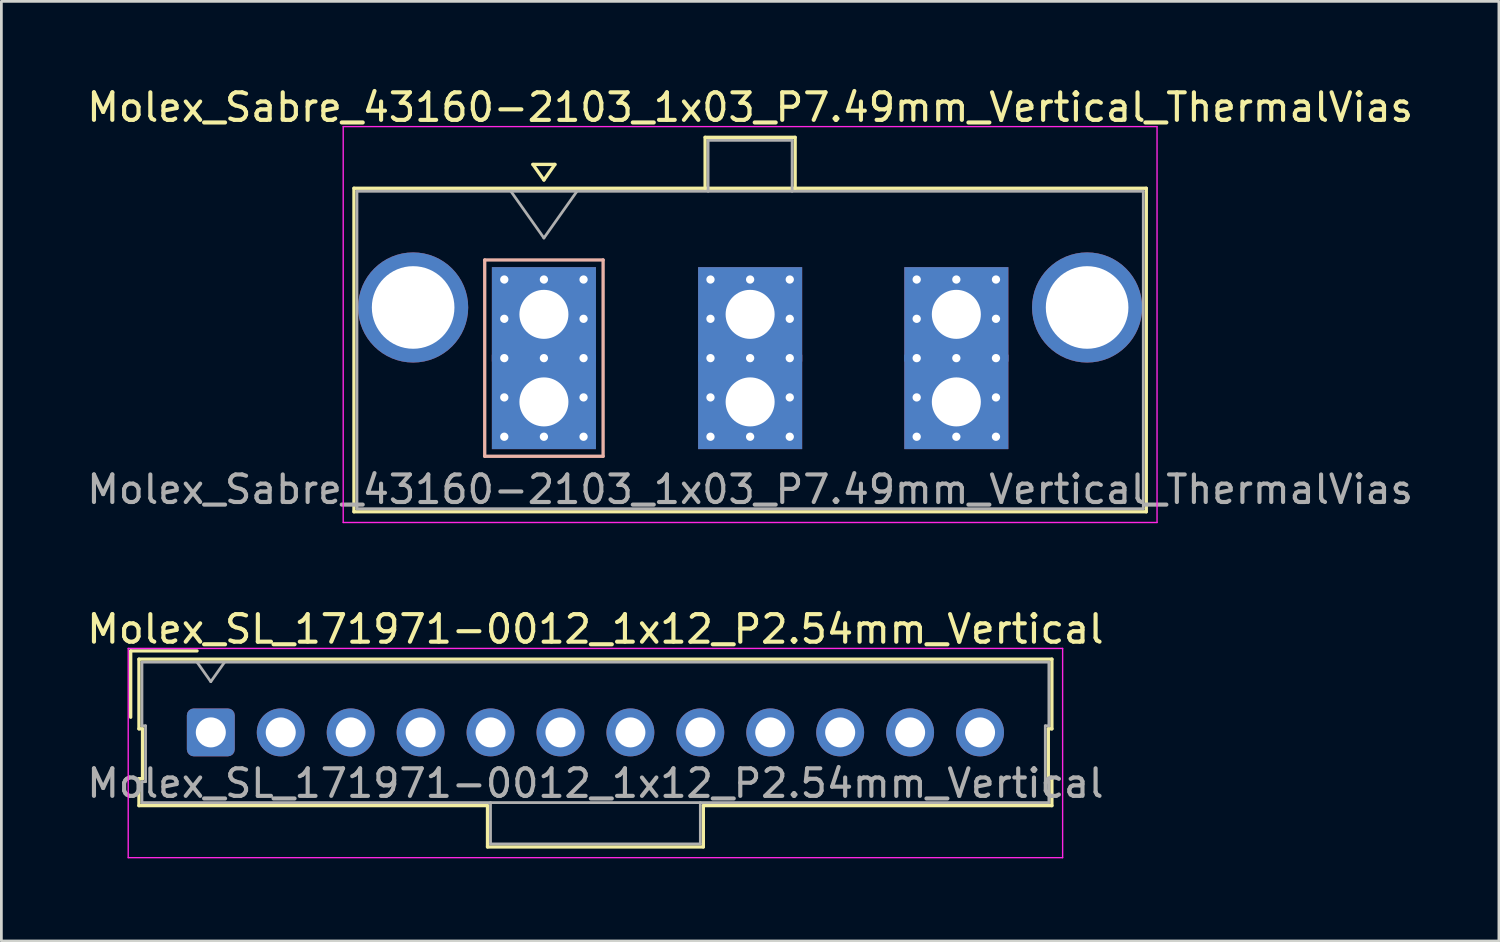
<source format=kicad_pcb>
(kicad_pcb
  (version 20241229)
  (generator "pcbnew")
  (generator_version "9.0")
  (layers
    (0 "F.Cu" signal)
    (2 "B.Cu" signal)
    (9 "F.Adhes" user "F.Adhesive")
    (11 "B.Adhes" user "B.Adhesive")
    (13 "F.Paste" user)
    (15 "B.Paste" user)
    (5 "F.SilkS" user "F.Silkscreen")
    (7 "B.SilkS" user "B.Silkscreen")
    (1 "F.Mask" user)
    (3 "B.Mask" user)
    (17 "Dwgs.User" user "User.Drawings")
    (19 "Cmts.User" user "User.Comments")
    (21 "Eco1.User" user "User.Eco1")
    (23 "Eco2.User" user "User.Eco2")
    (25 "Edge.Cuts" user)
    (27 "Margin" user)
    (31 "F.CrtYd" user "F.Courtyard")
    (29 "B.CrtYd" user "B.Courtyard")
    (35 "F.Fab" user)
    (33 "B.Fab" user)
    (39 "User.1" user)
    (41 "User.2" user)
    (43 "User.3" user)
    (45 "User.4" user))
  (footprint "Molex_Sabre_43160-2103_1x03_P7.49mm_Vertical_ThermalVias"
    (layer "F.Cu")
    (at 16.706 11.548)
    (property "Reference" "Molex_Sabre_43160-2103_1x03_P7.49mm_Vertical_ThermalVias" (at 7.49 -10.7 0) (layer "F.SilkS") (effects (font (size 1 1) (thickness 0.15))))
    (attr through_hole)
    (fp_line (start -6.9 -7.76) (end -6.9 3.99) (stroke (width 0.12) (type solid)) (layer "F.SilkS"))
    (fp_line (start -6.9 3.99) (end 21.88 3.99) (stroke (width 0.12) (type solid)) (layer "F.SilkS"))
    (fp_line (start -0.4 -8.626) (end 0 -8.06) (stroke (width 0.12) (type solid)) (layer "F.SilkS"))
    (fp_line (start 0 -8.06) (end 0.4 -8.626) (stroke (width 0.12) (type solid)) (layer "F.SilkS"))
    (fp_line (start 0.4 -8.626) (end -0.4 -8.626) (stroke (width 0.12) (type solid)) (layer "F.SilkS"))
    (fp_line (start 5.855 -9.61) (end 9.125 -9.61) (stroke (width 0.12) (type solid)) (layer "F.SilkS"))
    (fp_line (start 5.855 -7.76) (end 5.855 -9.61) (stroke (width 0.12) (type solid)) (layer "F.SilkS"))
    (fp_line (start 9.125 -9.61) (end 9.125 -7.76) (stroke (width 0.12) (type solid)) (layer "F.SilkS"))
    (fp_line (start 21.88 -7.76) (end -6.9 -7.76) (stroke (width 0.12) (type solid)) (layer "F.SilkS"))
    (fp_line (start 21.88 3.99) (end 21.88 -7.76) (stroke (width 0.12) (type solid)) (layer "F.SilkS"))
    (fp_line (start -2.15 -5.155) (end -2.15 1.975) (stroke (width 0.12) (type solid)) (layer "B.SilkS"))
    (fp_line (start -2.15 1.975) (end 2.15 1.975) (stroke (width 0.12) (type solid)) (layer "B.SilkS"))
    (fp_line (start 2.15 -5.155) (end -2.15 -5.155) (stroke (width 0.12) (type solid)) (layer "B.SilkS"))
    (fp_line (start 2.15 1.975) (end 2.15 -5.155) (stroke (width 0.12) (type solid)) (layer "B.SilkS"))
    (fp_line (start -7.29 -10) (end -7.29 4.38) (stroke (width 0.05) (type solid)) (layer "F.CrtYd"))
    (fp_line (start -7.29 4.38) (end 22.27 4.38) (stroke (width 0.05) (type solid)) (layer "F.CrtYd"))
    (fp_line (start 22.27 -10) (end -7.29 -10) (stroke (width 0.05) (type solid)) (layer "F.CrtYd"))
    (fp_line (start 22.27 4.38) (end 22.27 -10) (stroke (width 0.05) (type solid)) (layer "F.CrtYd"))
    (fp_line (start -6.79 -7.65) (end -6.79 3.88) (stroke (width 0.1) (type solid)) (layer "F.Fab"))
    (fp_line (start -6.79 3.88) (end 21.77 3.88) (stroke (width 0.1) (type solid)) (layer "F.Fab"))
    (fp_line (start -1.2 -7.65) (end 0 -5.953) (stroke (width 0.1) (type solid)) (layer "F.Fab"))
    (fp_line (start 0 -5.953) (end 1.2 -7.65) (stroke (width 0.1) (type solid)) (layer "F.Fab"))
    (fp_line (start 5.965 -9.5) (end 9.015 -9.5) (stroke (width 0.1) (type solid)) (layer "F.Fab"))
    (fp_line (start 5.965 -7.65) (end 5.965 -9.5) (stroke (width 0.1) (type solid)) (layer "F.Fab"))
    (fp_line (start 9.015 -9.5) (end 9.015 -7.65) (stroke (width 0.1) (type solid)) (layer "F.Fab"))
    (fp_line (start 21.77 -7.65) (end -6.79 -7.65) (stroke (width 0.1) (type solid)) (layer "F.Fab"))
    (fp_line (start 21.77 3.88) (end 21.77 -7.65) (stroke (width 0.1) (type solid)) (layer "F.Fab"))
    (fp_text user "${REFERENCE}" (at 7.49 3.18 0) (layer "F.Fab") (effects (font (size 1 1) (thickness 0.15))))
    (pad "" thru_hole circle (at -4.75 -3.43) (size 4 4) (drill 3) (layers "*.Cu" "*.Mask"))
    (pad "" thru_hole circle (at 19.73 -3.43) (size 4 4) (drill 3) (layers "*.Cu" "*.Mask"))
    (pad "1" thru_hole rect (at -1.44 -4.445) (size 0.6 0.6) (drill 0.3) (layers "*.Cu" "*.Mask"))
    (pad "1" thru_hole rect (at -1.44 -3.018) (size 0.6 0.6) (drill 0.3) (layers "*.Cu" "*.Mask"))
    (pad "1" thru_hole rect (at -1.44 -1.59) (size 0.6 0.6) (drill 0.3) (layers "*.Cu" "*.Mask"))
    (pad "1" thru_hole rect (at -1.44 -0.163) (size 0.6 0.6) (drill 0.3) (layers "*.Cu" "*.Mask"))
    (pad "1" thru_hole rect (at -1.44 1.265) (size 0.6 0.6) (drill 0.3) (layers "*.Cu" "*.Mask"))
    (pad "1" thru_hole rect (at 0 -4.445) (size 0.6 0.6) (drill 0.3) (layers "*.Cu" "*.Mask"))
    (pad "1" thru_hole rect (at 0 -3.18) (size 3.78 3.43) (drill 1.78) (layers "*.Cu" "*.Mask"))
    (pad "1" thru_hole rect (at 0 -1.59) (size 0.6 0.6) (drill 0.3) (layers "*.Cu" "*.Mask"))
    (pad "1" thru_hole rect (at 0 0) (size 3.78 3.43) (drill 1.78) (layers "*.Cu" "*.Mask"))
    (pad "1" thru_hole rect (at 0 1.265) (size 0.6 0.6) (drill 0.3) (layers "*.Cu" "*.Mask"))
    (pad "1" thru_hole rect (at 1.44 -4.445) (size 0.6 0.6) (drill 0.3) (layers "*.Cu" "*.Mask"))
    (pad "1" thru_hole rect (at 1.44 -3.018) (size 0.6 0.6) (drill 0.3) (layers "*.Cu" "*.Mask"))
    (pad "1" thru_hole rect (at 1.44 -1.59) (size 0.6 0.6) (drill 0.3) (layers "*.Cu" "*.Mask"))
    (pad "1" thru_hole rect (at 1.44 -0.163) (size 0.6 0.6) (drill 0.3) (layers "*.Cu" "*.Mask"))
    (pad "1" thru_hole rect (at 1.44 1.265) (size 0.6 0.6) (drill 0.3) (layers "*.Cu" "*.Mask"))
    (pad "2" thru_hole circle (at 6.05 -4.445) (size 0.6 0.6) (drill 0.3) (layers "*.Cu" "*.Mask"))
    (pad "2" thru_hole circle (at 6.05 -3.018) (size 0.6 0.6) (drill 0.3) (layers "*.Cu" "*.Mask"))
    (pad "2" thru_hole circle (at 6.05 -1.59) (size 0.6 0.6) (drill 0.3) (layers "*.Cu" "*.Mask"))
    (pad "2" thru_hole circle (at 6.05 -0.163) (size 0.6 0.6) (drill 0.3) (layers "*.Cu" "*.Mask"))
    (pad "2" thru_hole circle (at 6.05 1.265) (size 0.6 0.6) (drill 0.3) (layers "*.Cu" "*.Mask"))
    (pad "2" thru_hole circle (at 7.49 -4.445) (size 0.6 0.6) (drill 0.3) (layers "*.Cu" "*.Mask"))
    (pad "2" thru_hole rect (at 7.49 -3.18) (size 3.78 3.43) (drill 1.78) (layers "*.Cu" "*.Mask"))
    (pad "2" thru_hole circle (at 7.49 -1.59) (size 0.6 0.6) (drill 0.3) (layers "*.Cu" "*.Mask"))
    (pad "2" thru_hole rect (at 7.49 0) (size 3.78 3.43) (drill 1.78) (layers "*.Cu" "*.Mask"))
    (pad "2" thru_hole circle (at 7.49 1.265) (size 0.6 0.6) (drill 0.3) (layers "*.Cu" "*.Mask"))
    (pad "2" thru_hole circle (at 8.93 -4.445) (size 0.6 0.6) (drill 0.3) (layers "*.Cu" "*.Mask"))
    (pad "2" thru_hole circle (at 8.93 -3.018) (size 0.6 0.6) (drill 0.3) (layers "*.Cu" "*.Mask"))
    (pad "2" thru_hole circle (at 8.93 -1.59) (size 0.6 0.6) (drill 0.3) (layers "*.Cu" "*.Mask"))
    (pad "2" thru_hole circle (at 8.93 -0.163) (size 0.6 0.6) (drill 0.3) (layers "*.Cu" "*.Mask"))
    (pad "2" thru_hole circle (at 8.93 1.265) (size 0.6 0.6) (drill 0.3) (layers "*.Cu" "*.Mask"))
    (pad "3" thru_hole circle (at 13.54 -4.445) (size 0.6 0.6) (drill 0.3) (layers "*.Cu" "*.Mask"))
    (pad "3" thru_hole circle (at 13.54 -3.018) (size 0.6 0.6) (drill 0.3) (layers "*.Cu" "*.Mask"))
    (pad "3" thru_hole circle (at 13.54 -1.59) (size 0.6 0.6) (drill 0.3) (layers "*.Cu" "*.Mask"))
    (pad "3" thru_hole circle (at 13.54 -0.163) (size 0.6 0.6) (drill 0.3) (layers "*.Cu" "*.Mask"))
    (pad "3" thru_hole circle (at 13.54 1.265) (size 0.6 0.6) (drill 0.3) (layers "*.Cu" "*.Mask"))
    (pad "3" thru_hole circle (at 14.98 -4.445) (size 0.6 0.6) (drill 0.3) (layers "*.Cu" "*.Mask"))
    (pad "3" thru_hole rect (at 14.98 -3.18) (size 3.78 3.43) (drill 1.78) (layers "*.Cu" "*.Mask"))
    (pad "3" thru_hole circle (at 14.98 -1.59) (size 0.6 0.6) (drill 0.3) (layers "*.Cu" "*.Mask"))
    (pad "3" thru_hole rect (at 14.98 0) (size 3.78 3.43) (drill 1.78) (layers "*.Cu" "*.Mask"))
    (pad "3" thru_hole circle (at 14.98 1.265) (size 0.6 0.6) (drill 0.3) (layers "*.Cu" "*.Mask"))
    (pad "3" thru_hole circle (at 16.42 -4.445) (size 0.6 0.6) (drill 0.3) (layers "*.Cu" "*.Mask"))
    (pad "3" thru_hole circle (at 16.42 -3.018) (size 0.6 0.6) (drill 0.3) (layers "*.Cu" "*.Mask"))
    (pad "3" thru_hole circle (at 16.42 -1.59) (size 0.6 0.6) (drill 0.3) (layers "*.Cu" "*.Mask"))
    (pad "3" thru_hole circle (at 16.42 -0.163) (size 0.6 0.6) (drill 0.3) (layers "*.Cu" "*.Mask"))
    (pad "3" thru_hole circle (at 16.42 1.265) (size 0.6 0.6) (drill 0.3) (layers "*.Cu" "*.Mask")))
  (footprint "Molex_SL_171971-0012_1x12_P2.54mm_Vertical"
    (layer "F.Cu")
    (at 4.607 23.552)
    (property "Reference" "Molex_SL_171971-0012_1x12_P2.54mm_Vertical" (at 13.97 -3.75 0) (layer "F.SilkS") (effects (font (size 1 1) (thickness 0.15))))
    (attr through_hole)
    (fp_line (start -2.91 -2.96) (end -0.5 -2.96) (stroke (width 0.12) (type solid)) (layer "F.SilkS"))
    (fp_line (start -2.91 -0.55) (end -2.91 -2.96) (stroke (width 0.12) (type solid)) (layer "F.SilkS"))
    (fp_line (start -2.61 -2.66) (end -2.61 -0.13) (stroke (width 0.12) (type solid)) (layer "F.SilkS"))
    (fp_line (start -2.61 -0.13) (end -2.48 -0.13) (stroke (width 0.12) (type solid)) (layer "F.SilkS"))
    (fp_line (start -2.61 1.68) (end -2.61 2.66) (stroke (width 0.12) (type solid)) (layer "F.SilkS"))
    (fp_line (start -2.61 2.66) (end 10.05 2.66) (stroke (width 0.12) (type solid)) (layer "F.SilkS"))
    (fp_line (start -2.48 -0.13) (end -2.48 1.68) (stroke (width 0.12) (type solid)) (layer "F.SilkS"))
    (fp_line (start -2.48 1.68) (end -2.61 1.68) (stroke (width 0.12) (type solid)) (layer "F.SilkS"))
    (fp_line (start 10.05 2.66) (end 10.05 4.16) (stroke (width 0.12) (type solid)) (layer "F.SilkS"))
    (fp_line (start 10.05 4.16) (end 17.89 4.16) (stroke (width 0.12) (type solid)) (layer "F.SilkS"))
    (fp_line (start 17.89 2.66) (end 30.55 2.66) (stroke (width 0.12) (type solid)) (layer "F.SilkS"))
    (fp_line (start 17.89 4.16) (end 17.89 2.66) (stroke (width 0.12) (type solid)) (layer "F.SilkS"))
    (fp_line (start 30.42 -0.13) (end 30.55 -0.13) (stroke (width 0.12) (type solid)) (layer "F.SilkS"))
    (fp_line (start 30.42 1.68) (end 30.42 -0.13) (stroke (width 0.12) (type solid)) (layer "F.SilkS"))
    (fp_line (start 30.55 -2.66) (end -2.61 -2.66) (stroke (width 0.12) (type solid)) (layer "F.SilkS"))
    (fp_line (start 30.55 -0.13) (end 30.55 -2.66) (stroke (width 0.12) (type solid)) (layer "F.SilkS"))
    (fp_line (start 30.55 1.68) (end 30.42 1.68) (stroke (width 0.12) (type solid)) (layer "F.SilkS"))
    (fp_line (start 30.55 2.66) (end 30.55 1.68) (stroke (width 0.12) (type solid)) (layer "F.SilkS"))
    (fp_line (start -3 -3.05) (end -3 4.55) (stroke (width 0.05) (type solid)) (layer "F.CrtYd"))
    (fp_line (start -3 4.55) (end 30.94 4.55) (stroke (width 0.05) (type solid)) (layer "F.CrtYd"))
    (fp_line (start 30.94 -3.05) (end -3 -3.05) (stroke (width 0.05) (type solid)) (layer "F.CrtYd"))
    (fp_line (start 30.94 4.55) (end 30.94 -3.05) (stroke (width 0.05) (type solid)) (layer "F.CrtYd"))
    (fp_line (start -2.5 -2.55) (end -2.5 -0.24) (stroke (width 0.1) (type solid)) (layer "F.Fab"))
    (fp_line (start -2.5 -0.24) (end -2.37 -0.24) (stroke (width 0.1) (type solid)) (layer "F.Fab"))
    (fp_line (start -2.5 1.79) (end -2.5 2.55) (stroke (width 0.1) (type solid)) (layer "F.Fab"))
    (fp_line (start -2.5 2.55) (end 30.44 2.55) (stroke (width 0.1) (type solid)) (layer "F.Fab"))
    (fp_line (start -2.37 -0.24) (end -2.37 1.79) (stroke (width 0.1) (type solid)) (layer "F.Fab"))
    (fp_line (start -2.37 1.79) (end -2.5 1.79) (stroke (width 0.1) (type solid)) (layer "F.Fab"))
    (fp_line (start 0 -1.843) (end -0.5 -2.55) (stroke (width 0.1) (type solid)) (layer "F.Fab"))
    (fp_line (start 0.5 -2.55) (end 0 -1.843) (stroke (width 0.1) (type solid)) (layer "F.Fab"))
    (fp_line (start 10.16 2.55) (end 10.16 4.05) (stroke (width 0.1) (type solid)) (layer "F.Fab"))
    (fp_line (start 10.16 4.05) (end 17.78 4.05) (stroke (width 0.1) (type solid)) (layer "F.Fab"))
    (fp_line (start 17.78 4.05) (end 17.78 2.55) (stroke (width 0.1) (type solid)) (layer "F.Fab"))
    (fp_line (start 30.31 -0.24) (end 30.44 -0.24) (stroke (width 0.1) (type solid)) (layer "F.Fab"))
    (fp_line (start 30.31 1.79) (end 30.31 -0.24) (stroke (width 0.1) (type solid)) (layer "F.Fab"))
    (fp_line (start 30.44 -2.55) (end -2.5 -2.55) (stroke (width 0.1) (type solid)) (layer "F.Fab"))
    (fp_line (start 30.44 -0.24) (end 30.44 -2.55) (stroke (width 0.1) (type solid)) (layer "F.Fab"))
    (fp_line (start 30.44 1.79) (end 30.31 1.79) (stroke (width 0.1) (type solid)) (layer "F.Fab"))
    (fp_line (start 30.44 2.55) (end 30.44 1.79) (stroke (width 0.1) (type solid)) (layer "F.Fab"))
    (fp_text user "${REFERENCE}" (at 13.97 1.85 0) (layer "F.Fab") (effects (font (size 1 1) (thickness 0.15))))
    (pad "1" thru_hole roundrect (at 0 0) (size 1.74 1.74) (drill 1.09) (layers "*.Cu" "*.Mask") (roundrect_rratio 0.144))
    (pad "2" thru_hole circle (at 2.54 0) (size 1.74 1.74) (drill 1.09) (layers "*.Cu" "*.Mask"))
    (pad "3" thru_hole circle (at 5.08 0) (size 1.74 1.74) (drill 1.09) (layers "*.Cu" "*.Mask"))
    (pad "4" thru_hole circle (at 7.62 0) (size 1.74 1.74) (drill 1.09) (layers "*.Cu" "*.Mask"))
    (pad "5" thru_hole circle (at 10.16 0) (size 1.74 1.74) (drill 1.09) (layers "*.Cu" "*.Mask"))
    (pad "6" thru_hole circle (at 12.7 0) (size 1.74 1.74) (drill 1.09) (layers "*.Cu" "*.Mask"))
    (pad "7" thru_hole circle (at 15.24 0) (size 1.74 1.74) (drill 1.09) (layers "*.Cu" "*.Mask"))
    (pad "8" thru_hole circle (at 17.78 0) (size 1.74 1.74) (drill 1.09) (layers "*.Cu" "*.Mask"))
    (pad "9" thru_hole circle (at 20.32 0) (size 1.74 1.74) (drill 1.09) (layers "*.Cu" "*.Mask"))
    (pad "10" thru_hole circle (at 22.86 0) (size 1.74 1.74) (drill 1.09) (layers "*.Cu" "*.Mask"))
    (pad "11" thru_hole circle (at 25.4 0) (size 1.74 1.74) (drill 1.09) (layers "*.Cu" "*.Mask"))
    (pad "12" thru_hole circle (at 27.94 0) (size 1.74 1.74) (drill 1.09) (layers "*.Cu" "*.Mask")))
  (gr_rect
    (start -3 -3)
    (end 51.393 31.127)
    (stroke (width 0.1) (type default))
    (fill no)
    (layer "Edge.Cuts")))
</source>
